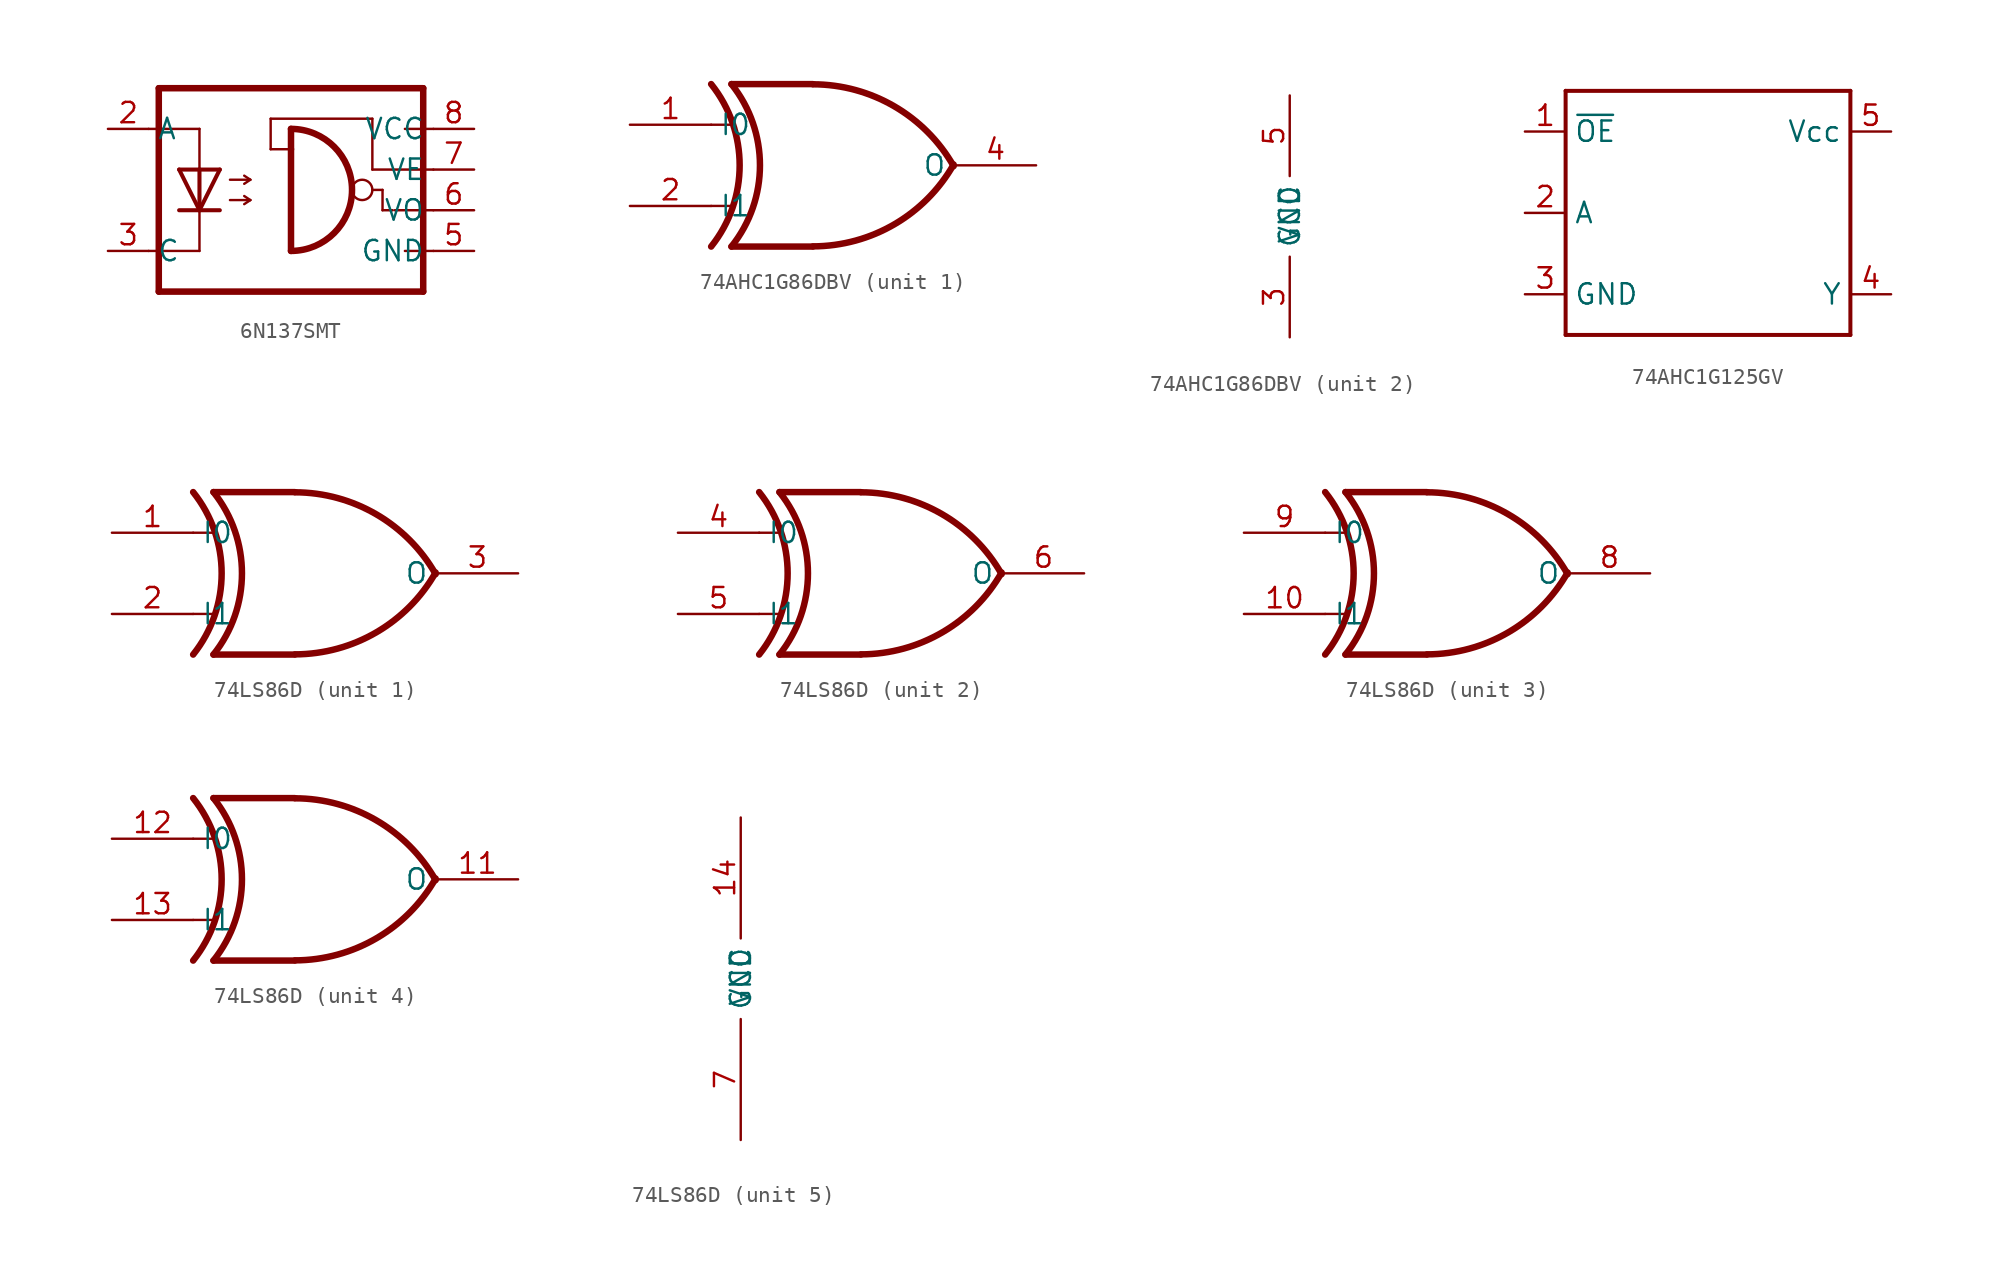
<source format=kicad_sym>
(kicad_symbol_lib
  (version 20231120)
  (generator "kicad_symbol_editor")
  (generator_version "8.0")
  (symbol "6N137SMT"
    (property "Reference" "OK"
      (at 0 0 0)
      (effects (font (size 1.27 1.27)) (hide yes)))
    (property "ki_locked" ""
      (at 0 0 0)
      (effects (font (size 1.27 1.27))))
    (symbol "6N137SMT_1_0"
      (arc (start 0 -3.81) (mid 3.81 0) (end 0 3.81) (stroke (width 0.406) (type solid)) (fill (type none)))
      (polyline (pts (xy -8.89 -3.81) (xy -5.715 -3.81)) (stroke (width 0.152) (type solid)) (fill (type none)))
      (polyline (pts (xy -8.89 3.81) (xy -5.715 3.81)) (stroke (width 0.152) (type solid)) (fill (type none)))
      (polyline (pts (xy -8.255 6.35) (xy -8.255 -6.35)) (stroke (width 0.406) (type solid)) (fill (type none)))
      (polyline (pts (xy -5.715 -3.81) (xy -5.715 -1.27)) (stroke (width 0.152) (type solid)) (fill (type none)))
      (polyline (pts (xy -5.715 -1.27) (xy -6.985 -1.27)) (stroke (width 0.254) (type solid)) (fill (type none)))
      (polyline (pts (xy -5.715 -1.27) (xy -6.985 1.27)) (stroke (width 0.254) (type solid)) (fill (type none)))
      (polyline (pts (xy -5.715 1.27) (xy -6.985 1.27)) (stroke (width 0.254) (type solid)) (fill (type none)))
      (polyline (pts (xy -5.715 1.27) (xy -5.715 -1.27)) (stroke (width 0.254) (type solid)) (fill (type none)))
      (polyline (pts (xy -5.715 1.27) (xy -5.715 3.81)) (stroke (width 0.152) (type solid)) (fill (type none)))
      (polyline (pts (xy -4.445 -1.27) (xy -5.715 -1.27)) (stroke (width 0.254) (type solid)) (fill (type none)))
      (polyline (pts (xy -4.445 1.27) (xy -5.715 -1.27)) (stroke (width 0.254) (type solid)) (fill (type none)))
      (polyline (pts (xy -4.445 1.27) (xy -5.715 1.27)) (stroke (width 0.254) (type solid)) (fill (type none)))
      (polyline (pts (xy -3.81 -0.635) (xy -2.54 -0.635)) (stroke (width 0.152) (type solid)) (fill (type none)))
      (polyline (pts (xy -3.81 0.635) (xy -2.54 0.635)) (stroke (width 0.152) (type solid)) (fill (type none)))
      (polyline (pts (xy -2.54 -0.635) (xy -2.921 -0.889)) (stroke (width 0.152) (type solid)) (fill (type none)))
      (polyline (pts (xy -2.54 -0.635) (xy -2.921 -0.381)) (stroke (width 0.152) (type solid)) (fill (type none)))
      (polyline (pts (xy -2.54 0.635) (xy -2.921 0.381)) (stroke (width 0.152) (type solid)) (fill (type none)))
      (polyline (pts (xy -2.54 0.635) (xy -2.921 0.889)) (stroke (width 0.152) (type solid)) (fill (type none)))
      (polyline (pts (xy -1.27 2.54) (xy -1.27 4.445)) (stroke (width 0.152) (type solid)) (fill (type none)))
      (polyline (pts (xy -1.27 4.445) (xy 5.08 4.445)) (stroke (width 0.152) (type solid)) (fill (type none)))
      (polyline (pts (xy 0 2.54) (xy -1.27 2.54)) (stroke (width 0.152) (type solid)) (fill (type none)))
      (polyline (pts (xy 0 2.54) (xy 0 -3.81)) (stroke (width 0.406) (type solid)) (fill (type none)))
      (polyline (pts (xy 0 3.81) (xy 0 2.54)) (stroke (width 0.406) (type solid)) (fill (type none)))
      (polyline (pts (xy 5.08 0) (xy 5.715 0)) (stroke (width 0.152) (type solid)) (fill (type none)))
      (polyline (pts (xy 5.08 1.27) (xy 8.89 1.27)) (stroke (width 0.152) (type solid)) (fill (type none)))
      (polyline (pts (xy 5.08 4.445) (xy 5.08 1.27)) (stroke (width 0.152) (type solid)) (fill (type none)))
      (polyline (pts (xy 5.715 -1.27) (xy 6.35 -1.27)) (stroke (width 0.152) (type solid)) (fill (type none)))
      (polyline (pts (xy 5.715 0) (xy 5.715 -1.27)) (stroke (width 0.152) (type solid)) (fill (type none)))
      (polyline (pts (xy 6.477 -1.27) (xy 8.89 -1.27)) (stroke (width 0.152) (type solid)) (fill (type none)))
      (polyline (pts (xy 7.112 -3.81) (xy 8.89 -3.81)) (stroke (width 0.152) (type solid)) (fill (type none)))
      (polyline (pts (xy 7.112 3.81) (xy 8.89 3.81)) (stroke (width 0.152) (type solid)) (fill (type none)))
      (polyline (pts (xy 8.255 -6.35) (xy -8.255 -6.35)) (stroke (width 0.406) (type solid)) (fill (type none)))
      (polyline (pts (xy 8.255 6.35) (xy -8.255 6.35)) (stroke (width 0.406) (type solid)) (fill (type none)))
      (polyline (pts (xy 8.255 6.35) (xy 8.255 -6.35)) (stroke (width 0.406) (type solid)) (fill (type none)))
      (circle (center 4.445 0) (radius 0.635) (stroke (width 0.152) (type solid)) (fill (type none)))
      (pin passive line (at -11.43 3.81 0) (length 2.54) (name "A" (effects (font (size 1.27 1.27)))) (number "2" (effects (font (size 1.27 1.27)))))
      (pin passive line (at -11.43 -3.81 0) (length 2.54) (name "C" (effects (font (size 1.27 1.27)))) (number "3" (effects (font (size 1.27 1.27)))))
      (pin passive line (at 11.43 -3.81 180) (length 2.54) (name "GND" (effects (font (size 1.27 1.27)))) (number "5" (effects (font (size 1.27 1.27)))))
      (pin passive line (at 11.43 -1.27 180) (length 2.54) (name "VO" (effects (font (size 1.27 1.27)))) (number "6" (effects (font (size 1.27 1.27)))))
      (pin passive line (at 11.43 1.27 180) (length 2.54) (name "VE" (effects (font (size 1.27 1.27)))) (number "7" (effects (font (size 1.27 1.27)))))
      (pin passive line (at 11.43 3.81 180) (length 2.54) (name "VCC" (effects (font (size 1.27 1.27)))) (number "8" (effects (font (size 1.27 1.27)))))))
  (symbol "74AHC1G86DBV"
    (property "Reference" "IC"
      (at 0 0 0)
      (effects (font (size 1.27 1.27)) (hide yes)))
    (property "ki_locked" ""
      (at 0 0 0)
      (effects (font (size 1.27 1.27))))
    (symbol "74AHC1G86DBV_1_0"
      (arc (start -7.62 -5.08) (mid -5.838 -0.0001) (end -7.6199 5.0799) (stroke (width 0.406) (type solid)) (fill (type none)))
      (arc (start -6.35 -5.08) (mid -4.568 -0.0001) (end -6.3499 5.0799) (stroke (width 0.406) (type solid)) (fill (type none)))
      (arc (start -1.245 -5.068) (mid 3.837 -3.6891) (end 7.5439 0.0509) (stroke (width 0.406) (type solid)) (fill (type none)))
      (polyline (pts (xy -7.62 -2.54) (xy -6.35 -2.54)) (stroke (width 0.152) (type solid)) (fill (type none)))
      (polyline (pts (xy -7.62 2.54) (xy -6.35 2.54)) (stroke (width 0.152) (type solid)) (fill (type none)))
      (polyline (pts (xy -1.27 -5.08) (xy -6.35 -5.08)) (stroke (width 0.406) (type solid)) (fill (type none)))
      (polyline (pts (xy -1.27 5.08) (xy -6.35 5.08)) (stroke (width 0.406) (type solid)) (fill (type none)))
      (arc (start 7.544 -0.051) (mid 3.8371 3.689) (end -1.2449 5.0679) (stroke (width 0.406) (type solid)) (fill (type none)))
      (pin input line (at -12.7 2.54 0) (length 5.08) (name "I0" (effects (font (size 1.27 1.27)))) (number "1" (effects (font (size 1.27 1.27)))))
      (pin input line (at -12.7 -2.54 0) (length 5.08) (name "I1" (effects (font (size 1.27 1.27)))) (number "2" (effects (font (size 1.27 1.27)))))
      (pin output line (at 12.7 0 180) (length 5.08) (name "O" (effects (font (size 1.27 1.27)))) (number "4" (effects (font (size 1.27 1.27))))))
    (symbol "74AHC1G86DBV_2_0"
      (pin power_in line (at 0 -7.62 90) (length 5.08) (name "GND" (effects (font (size 1.27 1.27)))) (number "3" (effects (font (size 1.27 1.27)))))
      (pin power_in line (at 0 7.62 270) (length 5.08) (name "VCC" (effects (font (size 1.27 1.27)))) (number "5" (effects (font (size 1.27 1.27)))))))
  (symbol "74AHC1G125GV"
    (property "Reference" "IC"
      (at 0 0 0)
      (effects (font (size 1.27 1.27)) (hide yes)))
    (property "ki_locked" ""
      (at 0 0 0)
      (effects (font (size 1.27 1.27))))
    (symbol "74AHC1G125GV_1_0"
      (polyline (pts (xy -8.89 -7.62) (xy -8.89 7.62)) (stroke (width 0.25) (type solid)) (fill (type none)))
      (polyline (pts (xy -8.89 7.62) (xy 8.89 7.62)) (stroke (width 0.25) (type solid)) (fill (type none)))
      (polyline (pts (xy 8.89 -7.62) (xy -8.89 -7.62)) (stroke (width 0.25) (type solid)) (fill (type none)))
      (polyline (pts (xy 8.89 7.62) (xy 8.89 -7.62)) (stroke (width 0.25) (type solid)) (fill (type none)))
      (pin input line (at -11.43 5.08 0) (length 2.54) (name "~{OE}" (effects (font (size 1.27 1.27)))) (number "1" (effects (font (size 1.27 1.27)))))
      (pin input line (at -11.43 0 0) (length 2.54) (name "A" (effects (font (size 1.27 1.27)))) (number "2" (effects (font (size 1.27 1.27)))))
      (pin power_in line (at -11.43 -5.08 0) (length 2.54) (name "GND" (effects (font (size 1.27 1.27)))) (number "3" (effects (font (size 1.27 1.27)))))
      (pin output line (at 11.43 -5.08 180) (length 2.54) (name "Y" (effects (font (size 1.27 1.27)))) (number "4" (effects (font (size 1.27 1.27)))))
      (pin power_in line (at 11.43 5.08 180) (length 2.54) (name "Vcc" (effects (font (size 1.27 1.27)))) (number "5" (effects (font (size 1.27 1.27)))))))
  (symbol "74LS86D"
    (property "Reference" "IC"
      (at 0 0 0)
      (effects (font (size 1.27 1.27)) (hide yes)))
    (property "ki_locked" ""
      (at 0 0 0)
      (effects (font (size 1.27 1.27))))
    (symbol "74LS86D_1_0"
      (arc (start -7.62 -5.08) (mid -5.838 -0.0001) (end -7.6199 5.0799) (stroke (width 0.406) (type solid)) (fill (type none)))
      (arc (start -6.35 -5.08) (mid -4.568 -0.0001) (end -6.3499 5.0799) (stroke (width 0.406) (type solid)) (fill (type none)))
      (arc (start -1.245 -5.068) (mid 3.837 -3.6891) (end 7.5439 0.0509) (stroke (width 0.406) (type solid)) (fill (type none)))
      (polyline (pts (xy -7.62 -2.54) (xy -6.35 -2.54)) (stroke (width 0.152) (type solid)) (fill (type none)))
      (polyline (pts (xy -7.62 2.54) (xy -6.35 2.54)) (stroke (width 0.152) (type solid)) (fill (type none)))
      (polyline (pts (xy -1.27 -5.08) (xy -6.35 -5.08)) (stroke (width 0.406) (type solid)) (fill (type none)))
      (polyline (pts (xy -1.27 5.08) (xy -6.35 5.08)) (stroke (width 0.406) (type solid)) (fill (type none)))
      (arc (start 7.544 -0.051) (mid 3.8371 3.689) (end -1.2449 5.0679) (stroke (width 0.406) (type solid)) (fill (type none)))
      (pin input line (at -12.7 2.54 0) (length 5.08) (name "I0" (effects (font (size 1.27 1.27)))) (number "1" (effects (font (size 1.27 1.27)))))
      (pin input line (at -12.7 -2.54 0) (length 5.08) (name "I1" (effects (font (size 1.27 1.27)))) (number "2" (effects (font (size 1.27 1.27)))))
      (pin output line (at 12.7 0 180) (length 5.08) (name "O" (effects (font (size 1.27 1.27)))) (number "3" (effects (font (size 1.27 1.27))))))
    (symbol "74LS86D_2_0"
      (arc (start -7.62 -5.08) (mid -5.838 -0.0001) (end -7.6199 5.0799) (stroke (width 0.406) (type solid)) (fill (type none)))
      (arc (start -6.35 -5.08) (mid -4.568 -0.0001) (end -6.3499 5.0799) (stroke (width 0.406) (type solid)) (fill (type none)))
      (arc (start -1.245 -5.068) (mid 3.837 -3.6891) (end 7.5439 0.0509) (stroke (width 0.406) (type solid)) (fill (type none)))
      (polyline (pts (xy -7.62 -2.54) (xy -6.35 -2.54)) (stroke (width 0.152) (type solid)) (fill (type none)))
      (polyline (pts (xy -7.62 2.54) (xy -6.35 2.54)) (stroke (width 0.152) (type solid)) (fill (type none)))
      (polyline (pts (xy -1.27 -5.08) (xy -6.35 -5.08)) (stroke (width 0.406) (type solid)) (fill (type none)))
      (polyline (pts (xy -1.27 5.08) (xy -6.35 5.08)) (stroke (width 0.406) (type solid)) (fill (type none)))
      (arc (start 7.544 -0.051) (mid 3.8371 3.689) (end -1.2449 5.0679) (stroke (width 0.406) (type solid)) (fill (type none)))
      (pin input line (at -12.7 2.54 0) (length 5.08) (name "I0" (effects (font (size 1.27 1.27)))) (number "4" (effects (font (size 1.27 1.27)))))
      (pin input line (at -12.7 -2.54 0) (length 5.08) (name "I1" (effects (font (size 1.27 1.27)))) (number "5" (effects (font (size 1.27 1.27)))))
      (pin output line (at 12.7 0 180) (length 5.08) (name "O" (effects (font (size 1.27 1.27)))) (number "6" (effects (font (size 1.27 1.27))))))
    (symbol "74LS86D_3_0"
      (arc (start -7.62 -5.08) (mid -5.838 -0.0001) (end -7.6199 5.0799) (stroke (width 0.406) (type solid)) (fill (type none)))
      (arc (start -6.35 -5.08) (mid -4.568 -0.0001) (end -6.3499 5.0799) (stroke (width 0.406) (type solid)) (fill (type none)))
      (arc (start -1.245 -5.068) (mid 3.837 -3.6891) (end 7.5439 0.0509) (stroke (width 0.406) (type solid)) (fill (type none)))
      (polyline (pts (xy -7.62 -2.54) (xy -6.35 -2.54)) (stroke (width 0.152) (type solid)) (fill (type none)))
      (polyline (pts (xy -7.62 2.54) (xy -6.35 2.54)) (stroke (width 0.152) (type solid)) (fill (type none)))
      (polyline (pts (xy -1.27 -5.08) (xy -6.35 -5.08)) (stroke (width 0.406) (type solid)) (fill (type none)))
      (polyline (pts (xy -1.27 5.08) (xy -6.35 5.08)) (stroke (width 0.406) (type solid)) (fill (type none)))
      (arc (start 7.544 -0.051) (mid 3.8371 3.689) (end -1.2449 5.0679) (stroke (width 0.406) (type solid)) (fill (type none)))
      (pin input line (at -12.7 -2.54 0) (length 5.08) (name "I1" (effects (font (size 1.27 1.27)))) (number "10" (effects (font (size 1.27 1.27)))))
      (pin output line (at 12.7 0 180) (length 5.08) (name "O" (effects (font (size 1.27 1.27)))) (number "8" (effects (font (size 1.27 1.27)))))
      (pin input line (at -12.7 2.54 0) (length 5.08) (name "I0" (effects (font (size 1.27 1.27)))) (number "9" (effects (font (size 1.27 1.27))))))
    (symbol "74LS86D_4_0"
      (arc (start -7.62 -5.08) (mid -5.838 -0.0001) (end -7.6199 5.0799) (stroke (width 0.406) (type solid)) (fill (type none)))
      (arc (start -6.35 -5.08) (mid -4.568 -0.0001) (end -6.3499 5.0799) (stroke (width 0.406) (type solid)) (fill (type none)))
      (arc (start -1.245 -5.068) (mid 3.837 -3.6891) (end 7.5439 0.0509) (stroke (width 0.406) (type solid)) (fill (type none)))
      (polyline (pts (xy -7.62 -2.54) (xy -6.35 -2.54)) (stroke (width 0.152) (type solid)) (fill (type none)))
      (polyline (pts (xy -7.62 2.54) (xy -6.35 2.54)) (stroke (width 0.152) (type solid)) (fill (type none)))
      (polyline (pts (xy -1.27 -5.08) (xy -6.35 -5.08)) (stroke (width 0.406) (type solid)) (fill (type none)))
      (polyline (pts (xy -1.27 5.08) (xy -6.35 5.08)) (stroke (width 0.406) (type solid)) (fill (type none)))
      (arc (start 7.544 -0.051) (mid 3.8371 3.689) (end -1.2449 5.0679) (stroke (width 0.406) (type solid)) (fill (type none)))
      (pin output line (at 12.7 0 180) (length 5.08) (name "O" (effects (font (size 1.27 1.27)))) (number "11" (effects (font (size 1.27 1.27)))))
      (pin input line (at -12.7 2.54 0) (length 5.08) (name "I0" (effects (font (size 1.27 1.27)))) (number "12" (effects (font (size 1.27 1.27)))))
      (pin input line (at -12.7 -2.54 0) (length 5.08) (name "I1" (effects (font (size 1.27 1.27)))) (number "13" (effects (font (size 1.27 1.27))))))
    (symbol "74LS86D_5_0"
      (pin power_in line (at 0 10.16 270) (length 7.62) (name "VCC" (effects (font (size 1.27 1.27)))) (number "14" (effects (font (size 1.27 1.27)))))
      (pin power_in line (at 0 -10.16 90) (length 7.62) (name "GND" (effects (font (size 1.27 1.27)))) (number "7" (effects (font (size 1.27 1.27))))))))
</source>
